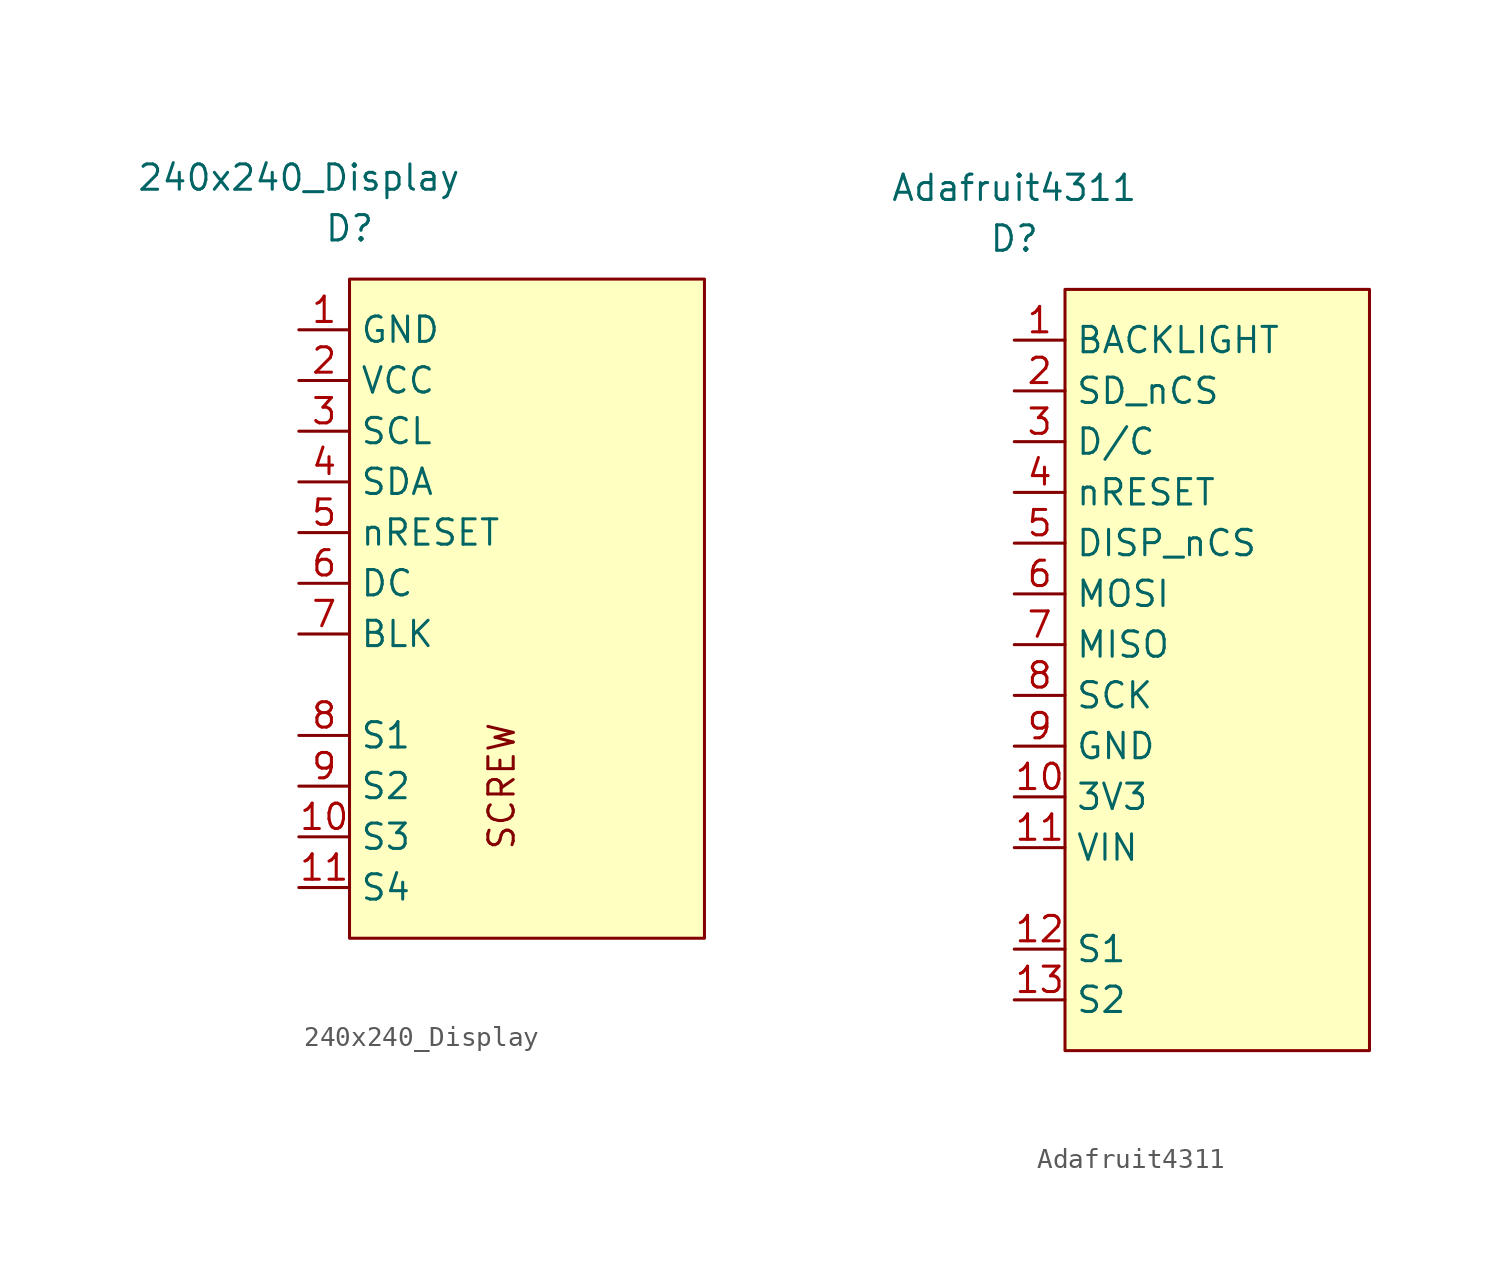
<source format=kicad_sym>
(kicad_symbol_lib
  (version 20211014)
  (generator kicad_symbol_editor)
  (symbol "240x240_Display"
    (property "Reference" "D"
      (at 2.54 -2.54 0)
      (effects (font (size 1.27 1.27))))
    (property "Value" "240x240_Display"
      (at 0 0 0)
      (effects (font (size 1.27 1.27))))
    (symbol "240x240_Display_0_0"
      (text "SCREW" (at 10.16 -30.48 900) (effects (font (size 1.27 1.27)))))
    (symbol "240x240_Display_0_1"
      (rectangle (start 2.54 -5.08) (end 20.32 -38.1) (stroke (width 0.152) (type default) (color 0 0 0 0)) (fill (type background))))
    (symbol "240x240_Display_1_1"
      (pin power_in line (at 0 -7.62 0) (length 2.54) (name "GND" (effects (font (size 1.27 1.27)))) (number "1" (effects (font (size 1.27 1.27)))))
      (pin input line (at 0 -33.02 0) (length 2.54) (name "S3" (effects (font (size 1.27 1.27)))) (number "10" (effects (font (size 1.27 1.27)))))
      (pin input line (at 0 -35.56 0) (length 2.54) (name "S4" (effects (font (size 1.27 1.27)))) (number "11" (effects (font (size 1.27 1.27)))))
      (pin power_in line (at 0 -10.16 0) (length 2.54) (name "VCC" (effects (font (size 1.27 1.27)))) (number "2" (effects (font (size 1.27 1.27)))))
      (pin open_collector line (at 0 -12.7 0) (length 2.54) (name "SCL" (effects (font (size 1.27 1.27)))) (number "3" (effects (font (size 1.27 1.27)))))
      (pin open_collector line (at 0 -15.24 0) (length 2.54) (name "SDA" (effects (font (size 1.27 1.27)))) (number "4" (effects (font (size 1.27 1.27)))))
      (pin input line (at 0 -17.78 0) (length 2.54) (name "nRESET" (effects (font (size 1.27 1.27)))) (number "5" (effects (font (size 1.27 1.27)))))
      (pin input line (at 0 -20.32 0) (length 2.54) (name "DC" (effects (font (size 1.27 1.27)))) (number "6" (effects (font (size 1.27 1.27)))))
      (pin input line (at 0 -22.86 0) (length 2.54) (name "BLK" (effects (font (size 1.27 1.27)))) (number "7" (effects (font (size 1.27 1.27)))))
      (pin input line (at 0 -27.94 0) (length 2.54) (name "S1" (effects (font (size 1.27 1.27)))) (number "8" (effects (font (size 1.27 1.27)))))
      (pin input line (at 0 -30.48 0) (length 2.54) (name "S2" (effects (font (size 1.27 1.27)))) (number "9" (effects (font (size 1.27 1.27)))))))
  (symbol "Adafruit4311"
    (property "Reference" "D"
      (at 0 5.08 0)
      (effects (font (size 1.27 1.27))))
    (property "Value" "Adafruit4311"
      (at 0 7.62 0)
      (effects (font (size 1.27 1.27))))
    (symbol "Adafruit4311_0_1"
      (rectangle (start 2.54 2.54) (end 17.78 -35.56) (stroke (width 0.152) (type default) (color 0 0 0 0)) (fill (type background))))
    (symbol "Adafruit4311_1_1"
      (pin input line (at 0 0 0) (length 2.54) (name "BACKLIGHT" (effects (font (size 1.27 1.27)))) (number "1" (effects (font (size 1.27 1.27)))))
      (pin input line (at 0 -22.86 0) (length 2.54) (name "3V3" (effects (font (size 1.27 1.27)))) (number "10" (effects (font (size 1.27 1.27)))))
      (pin input line (at 0 -25.4 0) (length 2.54) (name "VIN" (effects (font (size 1.27 1.27)))) (number "11" (effects (font (size 1.27 1.27)))))
      (pin passive line (at 0 -30.48 0) (length 2.54) (name "S1" (effects (font (size 1.27 1.27)))) (number "12" (effects (font (size 1.27 1.27)))))
      (pin passive line (at 0 -33.02 0) (length 2.54) (name "S2" (effects (font (size 1.27 1.27)))) (number "13" (effects (font (size 1.27 1.27)))))
      (pin input line (at 0 -2.54 0) (length 2.54) (name "SD_nCS" (effects (font (size 1.27 1.27)))) (number "2" (effects (font (size 1.27 1.27)))))
      (pin input line (at 0 -5.08 0) (length 2.54) (name "D/C" (effects (font (size 1.27 1.27)))) (number "3" (effects (font (size 1.27 1.27)))))
      (pin input line (at 0 -7.62 0) (length 2.54) (name "nRESET" (effects (font (size 1.27 1.27)))) (number "4" (effects (font (size 1.27 1.27)))))
      (pin input line (at 0 -10.16 0) (length 2.54) (name "DISP_nCS" (effects (font (size 1.27 1.27)))) (number "5" (effects (font (size 1.27 1.27)))))
      (pin input line (at 0 -12.7 0) (length 2.54) (name "MOSI" (effects (font (size 1.27 1.27)))) (number "6" (effects (font (size 1.27 1.27)))))
      (pin tri_state line (at 0 -15.24 0) (length 2.54) (name "MISO" (effects (font (size 1.27 1.27)))) (number "7" (effects (font (size 1.27 1.27)))))
      (pin input line (at 0 -17.78 0) (length 2.54) (name "SCK" (effects (font (size 1.27 1.27)))) (number "8" (effects (font (size 1.27 1.27)))))
      (pin input line (at 0 -20.32 0) (length 2.54) (name "GND" (effects (font (size 1.27 1.27)))) (number "9" (effects (font (size 1.27 1.27))))))))
</source>
